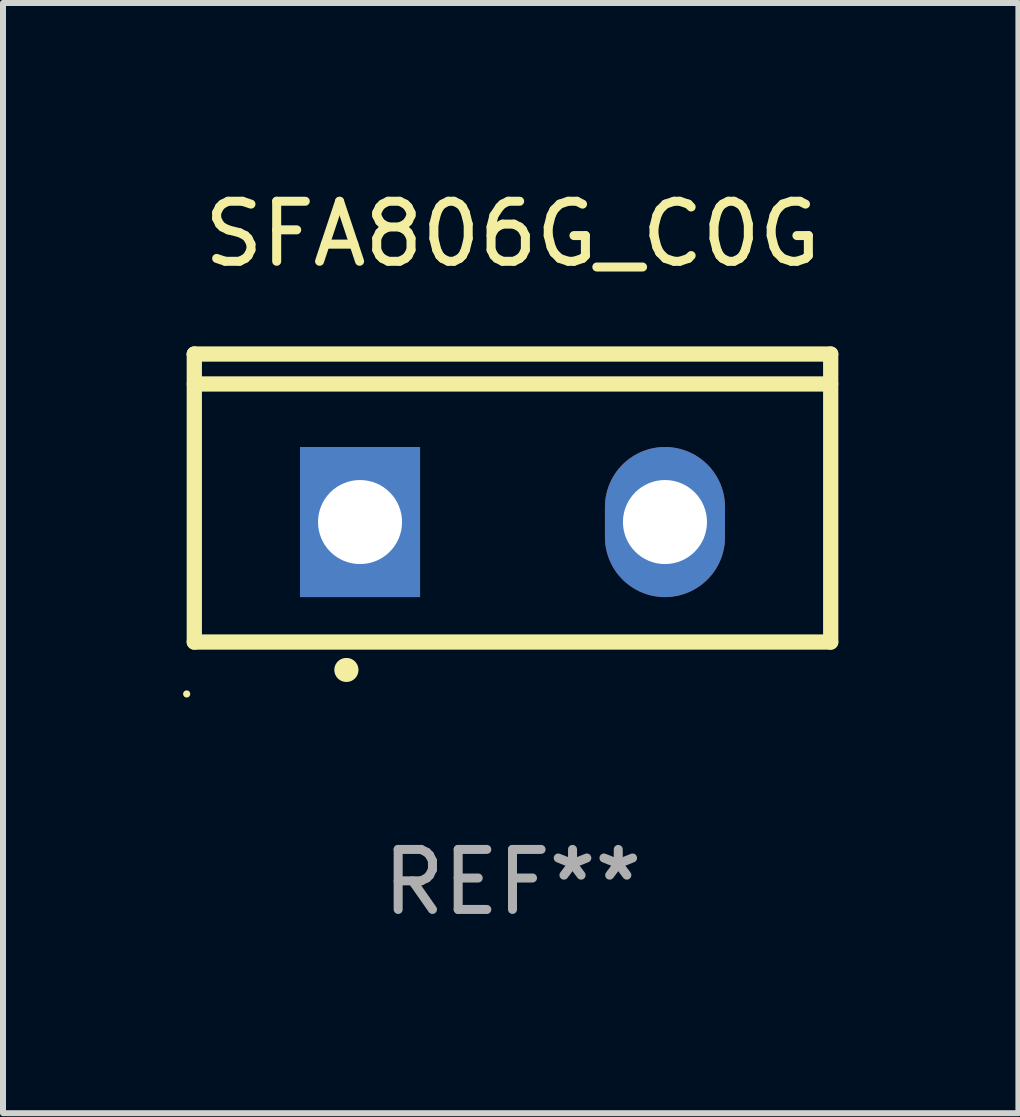
<source format=kicad_pcb>
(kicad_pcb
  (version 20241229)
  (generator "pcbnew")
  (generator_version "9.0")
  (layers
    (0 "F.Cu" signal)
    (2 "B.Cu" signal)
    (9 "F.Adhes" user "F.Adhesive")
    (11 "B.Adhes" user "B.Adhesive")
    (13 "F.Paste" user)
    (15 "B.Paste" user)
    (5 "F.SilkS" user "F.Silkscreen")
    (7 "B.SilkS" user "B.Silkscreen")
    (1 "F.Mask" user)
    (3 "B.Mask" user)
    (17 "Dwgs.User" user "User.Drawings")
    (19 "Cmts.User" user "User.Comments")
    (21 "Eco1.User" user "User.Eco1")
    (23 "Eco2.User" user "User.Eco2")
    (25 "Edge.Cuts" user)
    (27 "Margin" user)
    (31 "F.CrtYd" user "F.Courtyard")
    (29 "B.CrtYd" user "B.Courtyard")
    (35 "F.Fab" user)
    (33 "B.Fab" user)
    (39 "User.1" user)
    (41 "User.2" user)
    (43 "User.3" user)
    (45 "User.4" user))
  (footprint "SFA806G_C0G"
    (layer "F.Cu")
    (at 5.488 5.247)
    (property "Reference" "SFA806G_C0G" (at 0 -4.399 0) (layer "F.SilkS") (effects (font (size 1 1) (thickness 0.15))))
    (attr through_hole)
    (fp_line (start -5.301 -2.399) (end 5.301 -2.399) (stroke (width 0.254) (type solid)) (layer "F.SilkS"))
    (fp_line (start -5.301 -2.394) (end -5.301 -2.399) (stroke (width 0.254) (type solid)) (layer "F.SilkS"))
    (fp_line (start -5.301 2.399) (end -5.301 -2.394) (stroke (width 0.254) (type solid)) (layer "F.SilkS"))
    (fp_line (start 5.3 -1.9) (end -5.3 -1.9) (stroke (width 0.254) (type solid)) (layer "F.SilkS"))
    (fp_line (start 5.301 -2.399) (end 5.301 2.399) (stroke (width 0.254) (type solid)) (layer "F.SilkS"))
    (fp_line (start 5.301 2.399) (end -5.301 2.399) (stroke (width 0.254) (type solid)) (layer "F.SilkS"))
    (fp_arc (start -2.768606 2.863843) (mid -2.767336 2.863839) (end -2.766066 2.863843) (stroke (width 0.4) (type solid)) (layer "F.SilkS"))
    (fp_circle (center -5.428 3.264) (end -5.398 3.264) (stroke (width 0.06) (type solid)) (fill no) (layer "F.SilkS"))
    (fp_text user "REF**" (at 0 6.399 0) (layer "F.Fab") (effects (font (size 1 1) (thickness 0.15))))
    (pad "1" thru_hole rect (at -2.54 0.4) (size 2 2.5) (drill 1.4) (layers "*.Cu" "*.Mask"))
    (pad "2" thru_hole oval (at 2.54 0.4) (size 2 2.5) (drill 1.4) (layers "*.Cu" "*.Mask")))
  (gr_rect
    (start -3 -3)
    (end 13.916 15.495)
    (stroke (width 0.1) (type default))
    (fill no)
    (layer "Edge.Cuts")))
</source>
